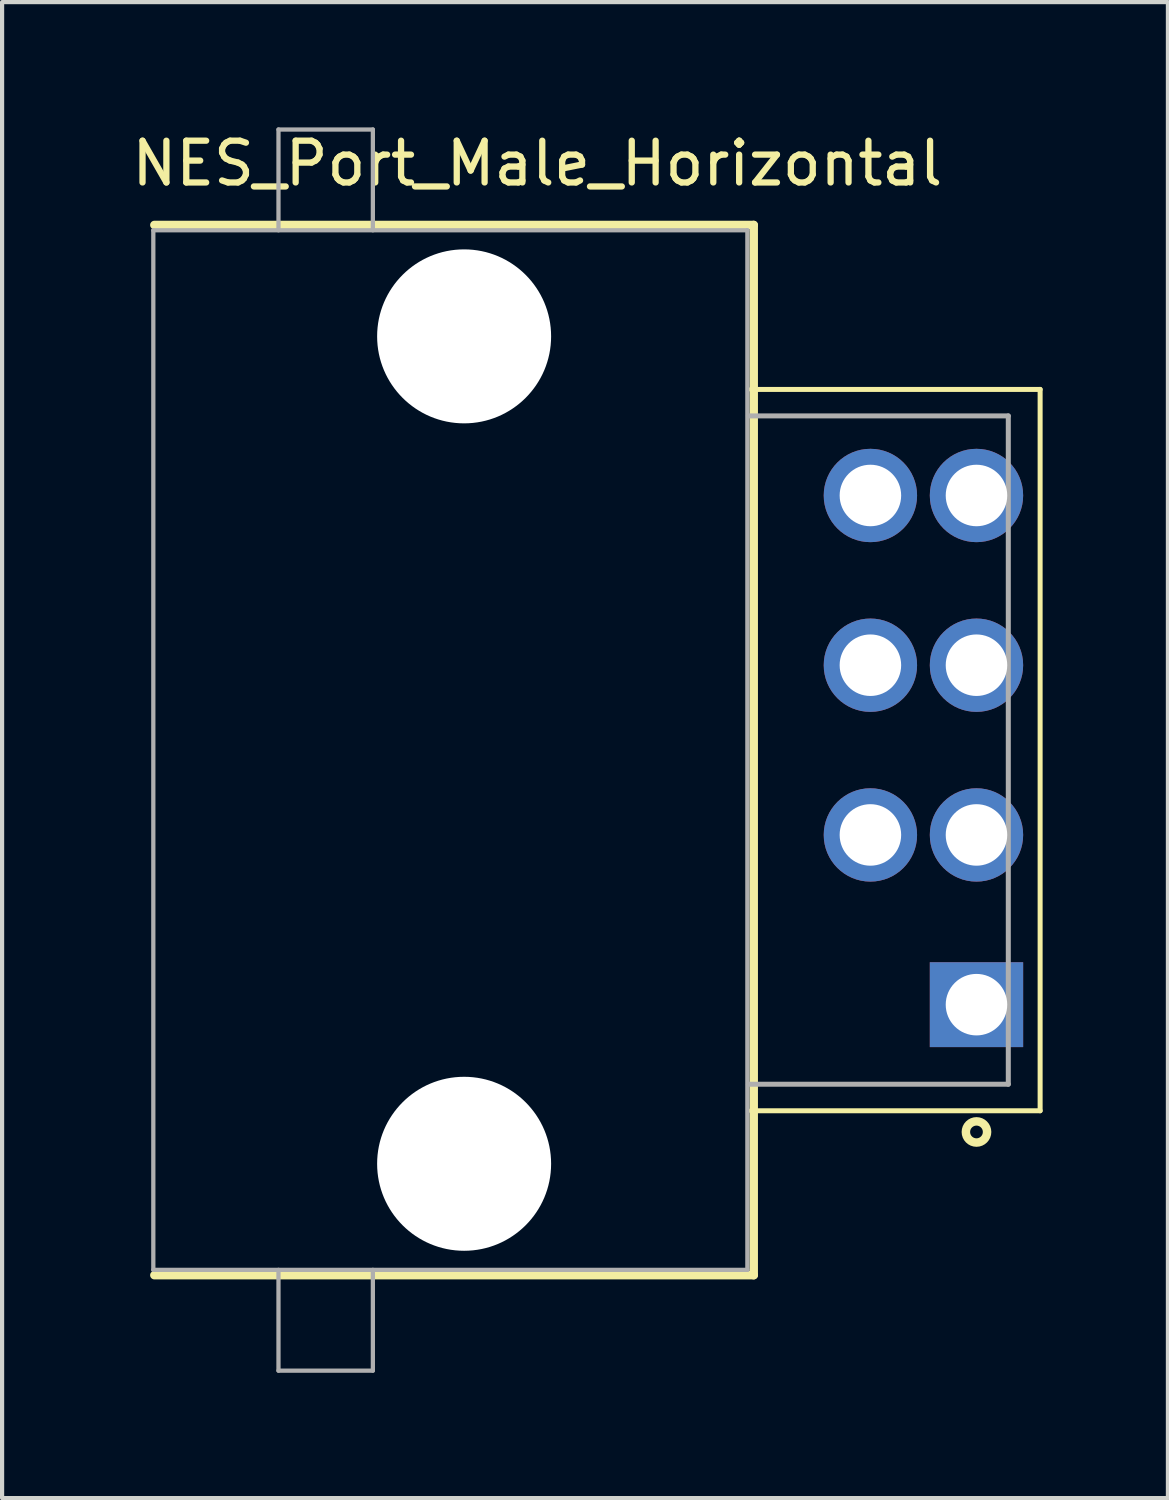
<source format=kicad_pcb>
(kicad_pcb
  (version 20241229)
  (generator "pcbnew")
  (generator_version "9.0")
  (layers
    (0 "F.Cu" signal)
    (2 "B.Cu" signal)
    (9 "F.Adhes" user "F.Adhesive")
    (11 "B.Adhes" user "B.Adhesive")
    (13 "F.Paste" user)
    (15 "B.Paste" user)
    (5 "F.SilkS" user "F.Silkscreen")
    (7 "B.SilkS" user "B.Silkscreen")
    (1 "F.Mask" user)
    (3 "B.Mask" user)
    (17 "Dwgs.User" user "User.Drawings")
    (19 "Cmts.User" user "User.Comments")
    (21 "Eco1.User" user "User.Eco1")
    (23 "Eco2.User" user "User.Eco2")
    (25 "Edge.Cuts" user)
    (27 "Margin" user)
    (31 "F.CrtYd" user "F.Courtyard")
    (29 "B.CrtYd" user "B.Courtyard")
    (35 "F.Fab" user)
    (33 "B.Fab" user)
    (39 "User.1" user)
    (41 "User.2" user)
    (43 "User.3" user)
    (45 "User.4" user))
  (footprint "NES_Port_Male_Horizontal"
    (layer "F.Cu")
    (at 21.093 14.91)
    (property "Reference" "NES_Port_Male_Horizontal" (at -11.278 -14.046 0) (layer "F.SilkS") (effects (font (size 1 1) (thickness 0.15))))
    (attr through_hole)
    (fp_line (start -20.447 -12.573) (end -6.096 -12.573) (stroke (width 0.203) (type solid)) (layer "F.SilkS"))
    (fp_line (start -6.16 -8.636) (end 0.762 -8.636) (stroke (width 0.12) (type solid)) (layer "F.SilkS"))
    (fp_line (start -6.096 -12.573) (end -6.096 12.573) (stroke (width 0.203) (type solid)) (layer "F.SilkS"))
    (fp_line (start -6.096 12.573) (end -20.447 12.573) (stroke (width 0.203) (type solid)) (layer "F.SilkS"))
    (fp_line (start 0.762 -8.636) (end 0.762 8.636) (stroke (width 0.12) (type solid)) (layer "F.SilkS"))
    (fp_line (start 0.762 8.636) (end -6.16 8.636) (stroke (width 0.12) (type solid)) (layer "F.SilkS"))
    (fp_circle (center -0.762 9.144) (end -0.508 9.144) (stroke (width 0.203) (type solid)) (fill no) (layer "F.SilkS"))
    (fp_line (start -20.472 -12.446) (end -20.472 12.446) (stroke (width 0.102) (type solid)) (layer "F.Fab"))
    (fp_line (start -20.472 -12.446) (end -6.248 -12.446) (stroke (width 0.102) (type solid)) (layer "F.Fab"))
    (fp_line (start -17.475 -14.859) (end -15.215 -14.859) (stroke (width 0.102) (type solid)) (layer "F.Fab"))
    (fp_line (start -17.475 -12.446) (end -17.475 -14.859) (stroke (width 0.102) (type solid)) (layer "F.Fab"))
    (fp_line (start -17.475 12.446) (end -17.475 14.859) (stroke (width 0.102) (type solid)) (layer "F.Fab"))
    (fp_line (start -17.475 14.859) (end -15.215 14.859) (stroke (width 0.102) (type solid)) (layer "F.Fab"))
    (fp_line (start -15.215 -14.859) (end -15.215 -12.446) (stroke (width 0.102) (type solid)) (layer "F.Fab"))
    (fp_line (start -15.215 14.859) (end -15.215 12.446) (stroke (width 0.102) (type solid)) (layer "F.Fab"))
    (fp_line (start -6.248 -12.446) (end -6.248 12.446) (stroke (width 0.102) (type solid)) (layer "F.Fab"))
    (fp_line (start -6.248 12.446) (end -20.472 12.446) (stroke (width 0.102) (type solid)) (layer "F.Fab"))
    (fp_line (start -6.223 -8.001) (end 0 -8.001) (stroke (width 0.12) (type solid)) (layer "F.Fab"))
    (fp_line (start -6.223 8.001) (end 0 8.001) (stroke (width 0.12) (type solid)) (layer "F.Fab"))
    (fp_line (start 0 -8.001) (end 0 8.001) (stroke (width 0.12) (type solid)) (layer "F.Fab"))
    (pad "" np_thru_hole circle (at -13.03 -9.906) (size 4.166 4.166) (drill 4.166) (layers "*.Cu" "*.Mask"))
    (pad "" np_thru_hole circle (at -13.03 9.906) (size 4.166 4.166) (drill 4.166) (layers "*.Cu" "*.Mask"))
    (pad "1" thru_hole rect (at -0.762 6.096) (size 2.235 2.032) (drill 1.473) (layers "*.Cu" "*.Mask"))
    (pad "2" thru_hole circle (at -0.762 2.032) (size 2.235 2.235) (drill 1.473) (layers "*.Cu" "*.Mask"))
    (pad "3" thru_hole circle (at -0.762 -2.032) (size 2.235 2.235) (drill 1.473) (layers "*.Cu" "*.Mask"))
    (pad "4" thru_hole circle (at -0.762 -6.096) (size 2.235 2.235) (drill 1.473) (layers "*.Cu" "*.Mask"))
    (pad "5" thru_hole circle (at -3.302 -6.096) (size 2.235 2.235) (drill 1.473) (layers "*.Cu" "*.Mask"))
    (pad "6" thru_hole circle (at -3.302 -2.032) (size 2.235 2.235) (drill 1.473) (layers "*.Cu" "*.Mask"))
    (pad "7" thru_hole circle (at -3.302 2.032) (size 2.235 2.235) (drill 1.473) (layers "*.Cu" "*.Mask")))
  (gr_rect
    (start -3 -3)
    (end 24.915 32.82)
    (stroke (width 0.1) (type default))
    (fill no)
    (layer "Edge.Cuts")))
</source>
